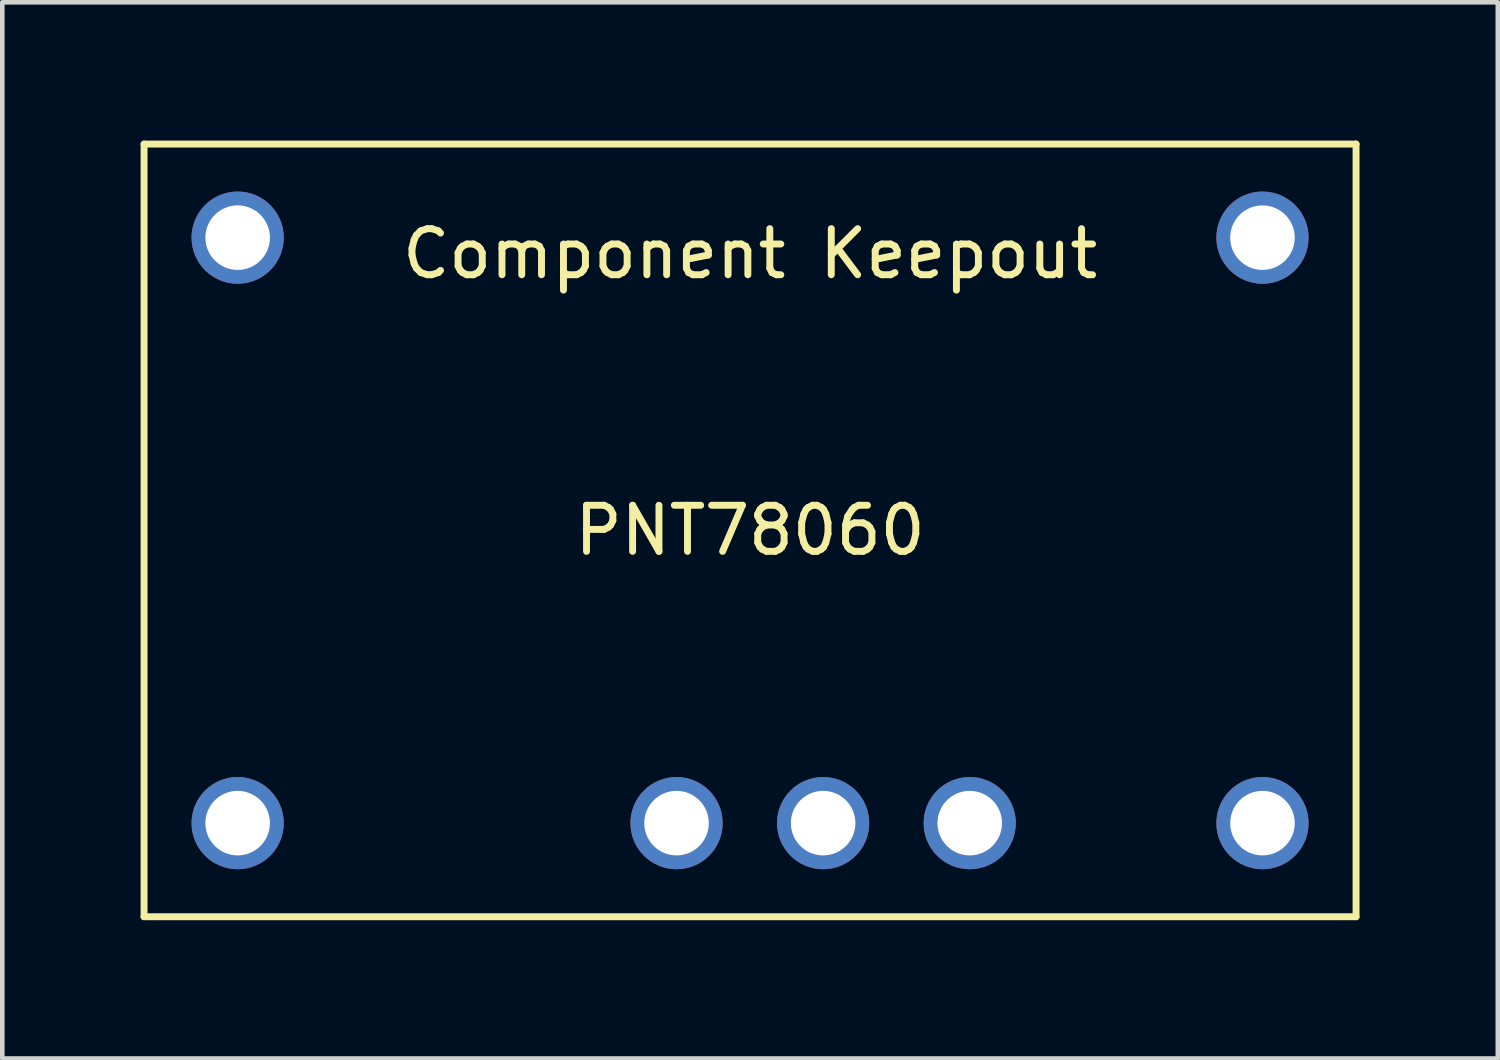
<source format=kicad_pcb>
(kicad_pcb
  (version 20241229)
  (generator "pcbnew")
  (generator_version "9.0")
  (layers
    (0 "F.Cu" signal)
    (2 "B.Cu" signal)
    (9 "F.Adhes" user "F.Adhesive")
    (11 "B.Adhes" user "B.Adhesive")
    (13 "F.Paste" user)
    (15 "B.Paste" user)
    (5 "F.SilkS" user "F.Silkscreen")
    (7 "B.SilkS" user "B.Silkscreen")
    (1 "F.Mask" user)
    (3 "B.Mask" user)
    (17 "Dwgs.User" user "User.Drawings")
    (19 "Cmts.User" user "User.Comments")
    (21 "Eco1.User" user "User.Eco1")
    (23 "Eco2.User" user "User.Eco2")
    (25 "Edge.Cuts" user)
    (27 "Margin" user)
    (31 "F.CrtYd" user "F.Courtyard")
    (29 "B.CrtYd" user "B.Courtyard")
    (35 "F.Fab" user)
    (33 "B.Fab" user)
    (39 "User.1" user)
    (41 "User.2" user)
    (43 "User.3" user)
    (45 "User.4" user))
  (footprint "PNT78060"
    (layer "F.Cu")
    (at 13.22 8.455)
    (property "Reference" "PNT78060" (at 0 0 0) (layer "F.SilkS") (effects (font (size 1 1) (thickness 0.15))))
    (attr through_hole)
    (fp_line (start -13.145 -8.38) (end -13.145 8.38) (stroke (width 0.15) (type solid)) (layer "F.SilkS"))
    (fp_line (start -13.145 -8.38) (end 13.145 -8.38) (stroke (width 0.15) (type solid)) (layer "F.SilkS"))
    (fp_line (start -13.145 8.38) (end 13.145 8.38) (stroke (width 0.15) (type solid)) (layer "F.SilkS"))
    (fp_line (start 13.145 8.38) (end 13.145 -8.38) (stroke (width 0.15) (type solid)) (layer "F.SilkS"))
    (fp_text user "Component Keepout" (at 0 -6 0) (layer "F.SilkS") (effects (font (size 1 1) (thickness 0.15))))
    (pad "1" thru_hole circle (at -11.115 -6.35) (size 2 2) (drill 1.4) (layers "*.Cu" "*.Mask"))
    (pad "2" thru_hole circle (at -11.115 6.35) (size 2 2) (drill 1.4) (layers "*.Cu" "*.Mask"))
    (pad "3" thru_hole circle (at -1.595 6.35) (size 2 2) (drill 1.4) (layers "*.Cu" "*.Mask"))
    (pad "4" thru_hole circle (at 1.585 6.35) (size 2 2) (drill 1.4) (layers "*.Cu" "*.Mask"))
    (pad "5" thru_hole circle (at 4.765 6.35) (size 2 2) (drill 1.4) (layers "*.Cu" "*.Mask"))
    (pad "6" thru_hole circle (at 11.115 6.35) (size 2 2) (drill 1.4) (layers "*.Cu" "*.Mask"))
    (pad "7" thru_hole circle (at 11.115 -6.35) (size 2 2) (drill 1.4) (layers "*.Cu" "*.Mask")))
  (gr_rect
    (start -3 -3)
    (end 29.44 19.91)
    (stroke (width 0.1) (type default))
    (fill no)
    (layer "Edge.Cuts")))
</source>
